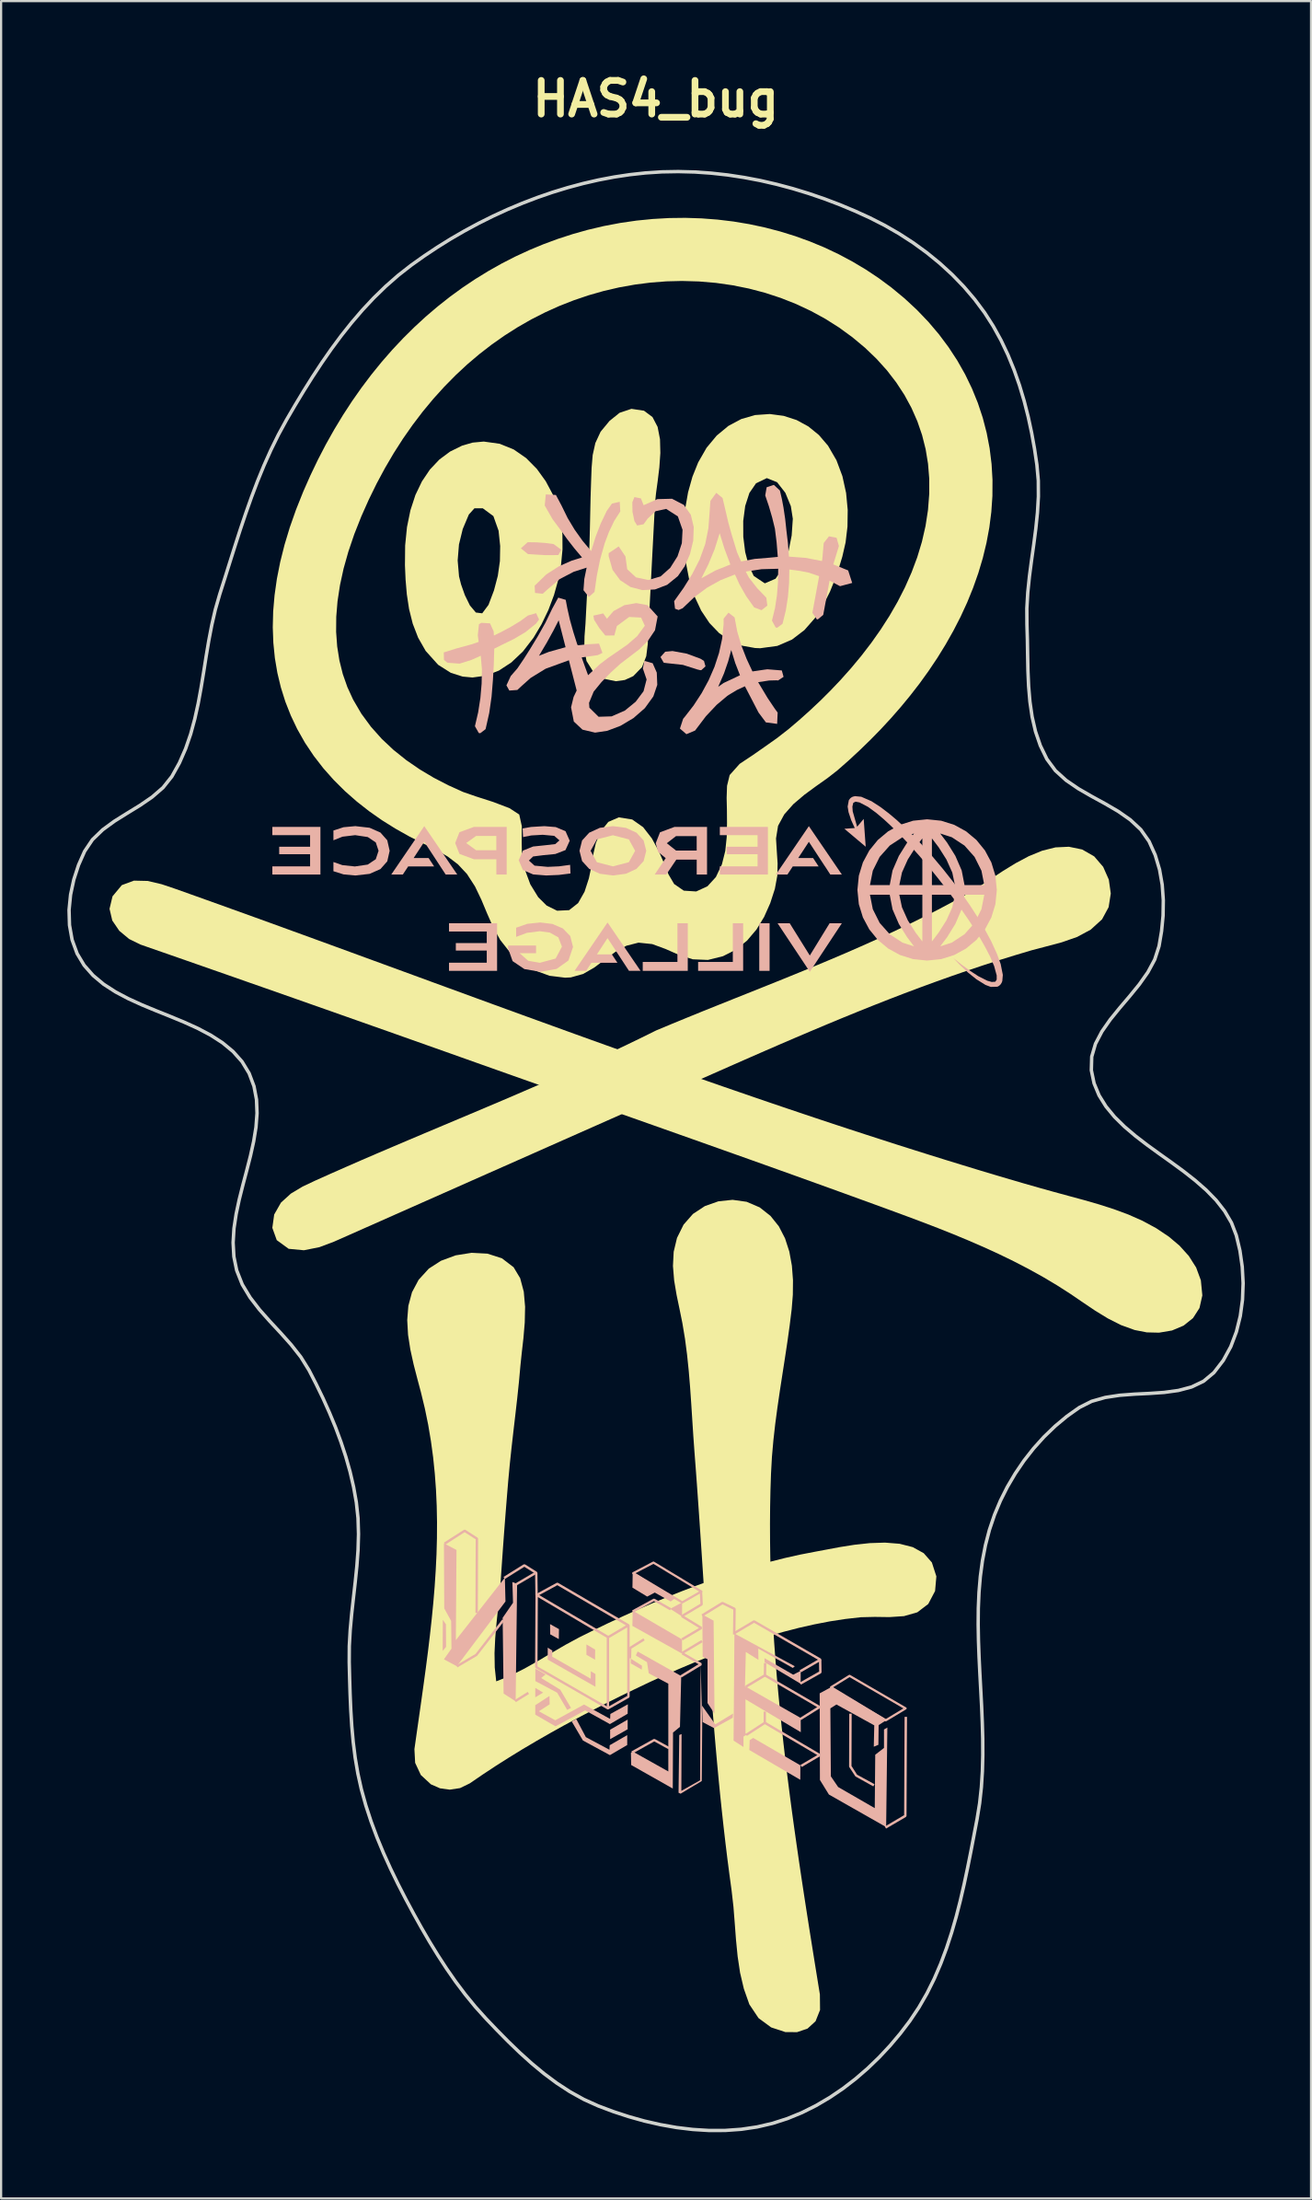
<source format=kicad_pcb>
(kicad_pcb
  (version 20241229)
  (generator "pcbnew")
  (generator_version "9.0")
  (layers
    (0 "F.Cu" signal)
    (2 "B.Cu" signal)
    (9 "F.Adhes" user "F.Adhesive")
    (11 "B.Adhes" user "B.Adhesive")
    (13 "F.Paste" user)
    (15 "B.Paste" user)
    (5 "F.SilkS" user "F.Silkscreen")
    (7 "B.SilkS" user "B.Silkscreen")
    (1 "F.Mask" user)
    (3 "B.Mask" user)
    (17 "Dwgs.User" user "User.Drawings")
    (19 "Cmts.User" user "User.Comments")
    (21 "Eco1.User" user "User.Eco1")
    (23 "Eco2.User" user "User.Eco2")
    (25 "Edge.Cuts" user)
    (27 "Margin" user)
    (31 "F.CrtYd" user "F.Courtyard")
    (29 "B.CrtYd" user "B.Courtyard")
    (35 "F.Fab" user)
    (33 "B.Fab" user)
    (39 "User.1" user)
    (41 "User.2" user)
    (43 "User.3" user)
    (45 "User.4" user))
  (footprint "HAS4_bug"
    (layer "F.Cu")
    (at 26.657 49.138)
    (property "Reference" "HAS4_bug" (at 0 -47.712 0) (layer "F.SilkS") (effects (font (size 1.524 1.524) (thickness 0.305))))
    (attr exclude_from_pos_files exclude_from_bom)
    (fp_poly (pts (xy -1.812 -21.342) (xy -2.362 -21.457) (xy -2.834 -21.776) (xy -3.137 -22.258) (xy -3.239 -22.802) (xy -3.227 -23.374) (xy -3.184 -23.941) (xy -3.147 -24.658) (xy -3.109 -25.376) (xy -3.072 -26.093) (xy -3.034 -26.811) (xy -3.004 -27.521) (xy -2.984 -28.232) (xy -2.969 -28.943) (xy -2.953 -29.654) (xy -2.93 -30.365) (xy -2.907 -30.995) (xy -2.858 -31.58) (xy -2.737 -32.127) (xy -2.498 -32.641) (xy -2.094 -33.13) (xy -1.639 -33.496) (xy -1.103 -33.676) (xy -0.533 -33.591) (xy -0.148 -33.304) (xy 0.084 -32.859) (xy 0.192 -32.301) (xy 0.208 -31.676) (xy 0.163 -31.028) (xy 0.087 -30.403) (xy 0.011 -29.845) (xy -0.034 -29.399) (xy -0.074 -28.642) (xy -0.113 -27.885) (xy -0.153 -27.129) (xy -0.192 -26.372) (xy -0.228 -25.675) (xy -0.265 -24.978) (xy -0.302 -24.281) (xy -0.338 -23.585) (xy -0.362 -23.023) (xy -0.43 -22.476) (xy -0.622 -21.981) (xy -1.018 -21.574) (xy -1.401 -21.398) (xy -1.812 -21.343) (xy -1.812 -21.342)) (stroke (width 0) (type solid)) (fill yes) (layer "F.SilkS"))
    (fp_poly (pts (xy 4.731 -22.836) (xy 4.499 -22.846) (xy 3.906 -22.952) (xy 3.36 -23.18) (xy 2.868 -23.524) (xy 2.432 -23.978) (xy 2.059 -24.537) (xy 1.751 -25.194) (xy 1.514 -25.945) (xy 1.352 -26.784) (xy 1.276 -27.585) (xy 1.271 -28.379) (xy 1.334 -29.154) (xy 1.464 -29.898) (xy 1.661 -30.601) (xy 1.922 -31.251) (xy 2.302 -31.913) (xy 2.761 -32.465) (xy 3.288 -32.901) (xy 3.872 -33.213) (xy 4.502 -33.395) (xy 5.167 -33.441) (xy 5.793 -33.358) (xy 6.378 -33.17) (xy 6.913 -32.879) (xy 7.391 -32.49) (xy 7.803 -32.008) (xy 8.186 -31.348) (xy 8.456 -30.626) (xy 8.623 -29.866) (xy 8.696 -29.096) (xy 8.685 -28.342) (xy 8.6 -27.629) (xy 8.452 -26.984) (xy 8.317 -26.539) (xy 8.134 -25.997) (xy 7.893 -25.398) (xy 7.584 -24.782) (xy 7.2 -24.188) (xy 6.732 -23.656) (xy 6.17 -23.227) (xy 5.506 -22.941) (xy 4.941 -22.865) (xy 4.941 -25.774) (xy 5.426 -25.983) (xy 5.769 -26.485) (xy 6.01 -27.202) (xy 6.157 -27.943) (xy 6.209 -28.697) (xy 6.12 -29.268) (xy 5.87 -29.875) (xy 5.495 -30.354) (xy 5.029 -30.54) (xy 5.029 -30.539) (xy 4.542 -30.303) (xy 4.242 -29.866) (xy 4.052 -29.279) (xy 3.962 -28.598) (xy 3.965 -27.883) (xy 4.052 -27.19) (xy 4.213 -26.58) (xy 4.44 -26.109) (xy 4.941 -25.774) (xy 4.941 -22.865) (xy 4.731 -22.836)) (stroke (width 0) (type solid)) (fill yes) (layer "F.SilkS"))
    (fp_poly (pts (xy -8.314 -21.512) (xy -8.749 -21.553) (xy -9.283 -21.722) (xy -9.86 -22.087) (xy -10.423 -22.714) (xy -10.765 -23.313) (xy -11.01 -23.949) (xy -11.175 -24.608) (xy -11.277 -25.278) (xy -11.334 -25.945) (xy -11.362 -26.595) (xy -11.353 -27.489) (xy -11.27 -28.32) (xy -11.114 -29.083) (xy -10.888 -29.775) (xy -10.593 -30.39) (xy -10.232 -30.926) (xy -9.806 -31.378) (xy -9.318 -31.741) (xy -8.769 -32.011) (xy -8.296 -32.147) (xy -7.804 -32.193) (xy -7.783 -32.193) (xy -7.071 -32.094) (xy -6.432 -31.835) (xy -5.87 -31.445) (xy -5.386 -30.955) (xy -4.984 -30.398) (xy -4.667 -29.804) (xy -4.438 -29.204) (xy -4.3 -28.63) (xy -4.228 -27.979) (xy -4.225 -27.305) (xy -4.29 -26.618) (xy -4.419 -25.927) (xy -4.611 -25.241) (xy -4.863 -24.57) (xy -5.174 -23.923) (xy -5.54 -23.309) (xy -6.019 -22.688) (xy -6.547 -22.189) (xy -7.11 -21.822) (xy -7.697 -21.594) (xy -7.862 -21.571) (xy -7.862 -24.417) (xy -7.577 -24.8) (xy -7.329 -25.455) (xy -7.155 -26.115) (xy -7.06 -26.783) (xy -7.048 -27.463) (xy -7.121 -28.158) (xy -7.356 -28.819) (xy -7.834 -29.171) (xy -8.213 -29.173) (xy -8.467 -28.891) (xy -8.744 -28.234) (xy -8.915 -27.534) (xy -8.974 -26.811) (xy -8.912 -26.09) (xy -8.82 -25.726) (xy -8.648 -25.241) (xy -8.418 -24.772) (xy -8.149 -24.453) (xy -7.862 -24.417) (xy -7.862 -21.571) (xy -8.295 -21.512) (xy -8.314 -21.512)) (stroke (width 0) (type solid)) (fill yes) (layer "F.SilkS"))
    (fp_poly (pts (xy 5.868 39.823) (xy 5.226 39.612) (xy 4.655 39.191) (xy 4.24 38.57) (xy 3.991 37.864) (xy 3.82 37.138) (xy 3.709 36.396) (xy 3.635 35.646) (xy 3.578 34.893) (xy 3.519 34.144) (xy 3.435 33.406) (xy 3.337 32.684) (xy 3.243 31.962) (xy 3.155 31.239) (xy 3.071 30.515) (xy 2.992 29.791) (xy 2.916 29.067) (xy 2.845 28.342) (xy 2.777 27.617) (xy 2.712 26.892) (xy 2.65 26.166) (xy 2.591 25.44) (xy 2.534 24.714) (xy 2.477 23.969) (xy 2.423 23.223) (xy 2.37 22.478) (xy 2.318 21.732) (xy 2.268 20.987) (xy 2.218 20.241) (xy 2.168 19.495) (xy 2.119 18.749) (xy 2.07 18.004) (xy 2.02 17.258) (xy 1.969 16.512) (xy 1.917 15.767) (xy 1.864 15.021) (xy 1.809 14.276) (xy 1.752 13.53) (xy 1.7 12.809) (xy 1.653 12.081) (xy 1.606 11.349) (xy 1.555 10.616) (xy 1.494 9.885) (xy 1.419 9.157) (xy 1.325 8.435) (xy 1.206 7.721) (xy 1.078 7.09) (xy 0.943 6.443) (xy 0.833 5.79) (xy 0.779 5.136) (xy 0.812 4.492) (xy 0.962 3.865) (xy 1.261 3.262) (xy 1.686 2.778) (xy 2.224 2.424) (xy 2.835 2.208) (xy 3.48 2.14) (xy 4.118 2.229) (xy 4.71 2.483) (xy 5.197 2.867) (xy 5.576 3.34) (xy 5.857 3.885) (xy 6.051 4.485) (xy 6.167 5.122) (xy 6.217 5.78) (xy 6.21 6.442) (xy 6.158 7.089) (xy 6.065 7.84) (xy 5.961 8.585) (xy 5.849 9.326) (xy 5.734 10.066) (xy 5.62 10.804) (xy 5.512 11.544) (xy 5.413 12.285) (xy 5.329 13.031) (xy 5.263 13.782) (xy 5.221 14.54) (xy 5.196 15.297) (xy 5.181 16.055) (xy 5.175 16.814) (xy 5.178 17.575) (xy 5.189 18.337) (xy 5.209 19.1) (xy 5.236 19.864) (xy 5.271 20.629) (xy 5.314 21.394) (xy 5.363 22.16) (xy 5.419 22.927) (xy 5.481 23.693) (xy 5.55 24.46) (xy 5.624 25.227) (xy 5.703 25.993) (xy 5.787 26.76) (xy 5.876 27.525) (xy 5.97 28.291) (xy 6.067 29.055) (xy 6.168 29.819) (xy 6.273 30.581) (xy 6.381 31.343) (xy 6.491 32.103) (xy 6.604 32.862) (xy 6.719 33.619) (xy 6.836 34.375) (xy 6.954 35.129) (xy 7.074 35.881) (xy 7.194 36.631) (xy 7.315 37.378) (xy 7.436 38.124) (xy 7.443 38.822) (xy 7.239 39.334) (xy 6.875 39.667) (xy 6.401 39.828) (xy 5.868 39.824) (xy 5.868 39.823)) (stroke (width 0) (type solid)) (fill yes) (layer "F.SilkS"))
    (fp_poly (pts (xy -15.936 4.424) (xy -16.63 4.358) (xy -17.17 3.965) (xy -17.37 3.409) (xy -17.286 2.805) (xy -16.979 2.266) (xy -16.529 1.857) (xy -16.001 1.541) (xy -15.441 1.276) (xy -14.744 0.964) (xy -14.043 0.655) (xy -13.34 0.348) (xy -12.635 0.044) (xy -11.929 -0.257) (xy -11.221 -0.558) (xy -10.513 -0.857) (xy -9.803 -1.156) (xy -9.094 -1.454) (xy -8.384 -1.753) (xy -7.674 -2.053) (xy -6.965 -2.353) (xy -6.258 -2.656) (xy -5.551 -2.961) (xy -4.846 -3.268) (xy -4.143 -3.578) (xy -3.442 -3.892) (xy -2.743 -4.21) (xy -2.048 -4.532) (xy -1.355 -4.859) (xy -0.667 -5.192) (xy 0.018 -5.53) (xy 0.73 -5.827) (xy 1.444 -6.12) (xy 2.159 -6.411) (xy 2.875 -6.698) (xy 3.592 -6.985) (xy 4.31 -7.271) (xy 5.027 -7.558) (xy 5.743 -7.846) (xy 6.459 -8.137) (xy 7.173 -8.43) (xy 7.885 -8.728) (xy 8.595 -9.03) (xy 9.302 -9.339) (xy 10.006 -9.654) (xy 10.707 -9.976) (xy 11.404 -10.307) (xy 12.096 -10.648) (xy 12.784 -10.998) (xy 13.466 -11.36) (xy 14.143 -11.733) (xy 14.643 -12.037) (xy 15.174 -12.386) (xy 15.73 -12.751) (xy 16.307 -13.105) (xy 16.899 -13.42) (xy 17.502 -13.667) (xy 18.109 -13.819) (xy 18.716 -13.847) (xy 19.318 -13.723) (xy 19.861 -13.412) (xy 20.269 -12.937) (xy 20.525 -12.358) (xy 20.613 -11.73) (xy 20.516 -11.112) (xy 20.218 -10.561) (xy 19.701 -10.091) (xy 19.076 -9.758) (xy 18.389 -9.519) (xy 17.685 -9.332) (xy 17.012 -9.155) (xy 16.285 -8.938) (xy 15.561 -8.714) (xy 14.839 -8.481) (xy 14.12 -8.24) (xy 13.403 -7.992) (xy 12.688 -7.737) (xy 11.975 -7.476) (xy 11.264 -7.209) (xy 10.555 -6.936) (xy 9.848 -6.658) (xy 9.143 -6.375) (xy 8.439 -6.088) (xy 7.737 -5.797) (xy 7.036 -5.502) (xy 6.337 -5.205) (xy 5.639 -4.905) (xy 4.943 -4.603) (xy 4.247 -4.299) (xy 3.553 -3.994) (xy 2.86 -3.688) (xy 2.167 -3.382) (xy 1.476 -3.076) (xy 0.778 -2.766) (xy 0.08 -2.457) (xy -0.618 -2.148) (xy -1.316 -1.839) (xy -2.014 -1.529) (xy -2.712 -1.22) (xy -3.41 -0.911) (xy -4.108 -0.602) (xy -4.806 -0.293) (xy -5.504 0.017) (xy -6.202 0.326) (xy -6.9 0.635) (xy -7.599 0.944) (xy -8.297 1.253) (xy -8.995 1.563) (xy -9.693 1.872) (xy -10.391 2.181) (xy -11.089 2.49) (xy -11.787 2.799) (xy -12.485 3.109) (xy -13.183 3.418) (xy -13.881 3.727) (xy -14.579 4.036) (xy -15.239 4.284) (xy -15.932 4.422) (xy -15.936 4.424)) (stroke (width 0) (type solid)) (fill yes) (layer "F.SilkS"))
    (fp_poly (pts (xy -9.341 28.846) (xy -9.776 28.786) (xy -10.186 28.606) (xy -10.642 28.185) (xy -10.9 27.633) (xy -10.933 27.014) (xy -10.828 26.273) (xy -10.722 25.534) (xy -10.617 24.796) (xy -10.514 24.059) (xy -10.414 23.324) (xy -10.319 22.59) (xy -10.231 21.856) (xy -10.15 21.124) (xy -10.078 20.392) (xy -10.017 19.66) (xy -9.969 18.928) (xy -9.933 18.197) (xy -9.913 17.465) (xy -9.909 16.733) (xy -9.923 16.001) (xy -9.956 15.268) (xy -10.01 14.535) (xy -10.085 13.8) (xy -10.185 13.064) (xy -10.309 12.328) (xy -10.46 11.589) (xy -10.639 10.85) (xy -10.802 10.239) (xy -10.969 9.594) (xy -11.116 8.928) (xy -11.221 8.255) (xy -11.259 7.587) (xy -11.208 6.94) (xy -11.043 6.326) (xy -10.742 5.76) (xy -10.281 5.255) (xy -9.731 4.9) (xy -9.065 4.654) (xy -8.343 4.539) (xy -7.625 4.577) (xy -6.97 4.787) (xy -6.44 5.192) (xy -6.142 5.689) (xy -5.979 6.299) (xy -5.919 6.982) (xy -5.935 7.698) (xy -5.995 8.406) (xy -6.07 9.066) (xy -6.13 9.638) (xy -6.198 10.384) (xy -6.276 11.129) (xy -6.361 11.874) (xy -6.448 12.617) (xy -6.533 13.362) (xy -6.612 14.106) (xy -6.682 14.852) (xy -6.744 15.6) (xy -6.804 16.348) (xy -6.862 17.096) (xy -6.917 17.844) (xy -6.97 18.593) (xy -7.021 19.341) (xy -7.075 19.978) (xy -7.144 20.638) (xy -7.215 21.312) (xy -7.273 21.99) (xy -7.304 22.661) (xy -7.294 23.315) (xy -7.227 23.943) (xy -6.59 23.687) (xy -5.956 23.37) (xy -5.327 23.015) (xy -4.702 22.645) (xy -4.081 22.283) (xy -3.466 21.951) (xy -2.815 21.627) (xy -2.159 21.31) (xy -1.499 21.002) (xy -0.836 20.703) (xy -0.168 20.412) (xy 0.504 20.132) (xy 1.18 19.862) (xy 1.835 19.612) (xy 2.493 19.371) (xy 3.156 19.141) (xy 3.823 18.923) (xy 4.494 18.719) (xy 5.169 18.531) (xy 5.849 18.359) (xy 6.533 18.206) (xy 7.222 18.073) (xy 7.728 17.978) (xy 8.33 17.865) (xy 8.995 17.76) (xy 9.691 17.684) (xy 10.385 17.661) (xy 11.047 17.714) (xy 11.643 17.866) (xy 12.14 18.14) (xy 12.508 18.559) (xy 12.712 19.19) (xy 12.654 19.853) (xy 12.345 20.44) (xy 11.849 20.818) (xy 11.246 20.99) (xy 10.587 21.034) (xy 9.919 21.025) (xy 9.293 21.04) (xy 8.586 21.12) (xy 7.884 21.228) (xy 7.186 21.363) (xy 6.492 21.519) (xy 5.805 21.696) (xy 5.107 21.893) (xy 4.415 22.107) (xy 3.728 22.337) (xy 3.045 22.582) (xy 2.367 22.84) (xy 1.694 23.11) (xy 1.026 23.393) (xy 0.362 23.685) (xy -0.297 23.987) (xy -0.951 24.298) (xy -1.594 24.61) (xy -2.235 24.93) (xy -2.874 25.256) (xy -3.511 25.59) (xy -4.145 25.932) (xy -4.774 26.282) (xy -5.399 26.64) (xy -6.019 27.006) (xy -6.632 27.382) (xy -7.238 27.766) (xy -7.837 28.161) (xy -8.427 28.564) (xy -8.866 28.777) (xy -9.339 28.848) (xy -9.341 28.846)) (stroke (width 0) (type solid)) (fill yes) (layer "F.SilkS"))
    (fp_poly (pts (xy 22.793 8.155) (xy 22.247 8.142) (xy 21.695 8.035) (xy 21.073 7.81) (xy 20.482 7.511) (xy 19.912 7.163) (xy 19.356 6.789) (xy 18.804 6.412) (xy 18.172 6.007) (xy 17.528 5.624) (xy 16.873 5.262) (xy 16.208 4.918) (xy 15.534 4.591) (xy 14.851 4.279) (xy 14.162 3.98) (xy 13.468 3.692) (xy 12.769 3.414) (xy 12.066 3.144) (xy 11.361 2.88) (xy 10.655 2.62) (xy 9.949 2.362) (xy 9.236 2.103) (xy 8.523 1.844) (xy 7.809 1.586) (xy 7.095 1.329) (xy 6.381 1.072) (xy 5.666 0.816) (xy 4.952 0.561) (xy 4.237 0.306) (xy 3.522 0.052) (xy 2.807 -0.202) (xy 2.092 -0.456) (xy 1.377 -0.709) (xy 0.662 -0.962) (xy -0.053 -1.215) (xy -0.768 -1.468) (xy -1.483 -1.72) (xy -2.198 -1.973) (xy -2.913 -2.225) (xy -3.628 -2.477) (xy -4.343 -2.73) (xy -5.058 -2.982) (xy -5.772 -3.234) (xy -6.487 -3.487) (xy -7.201 -3.74) (xy -7.915 -3.993) (xy -8.628 -4.246) (xy -9.328 -4.495) (xy -10.029 -4.743) (xy -10.729 -4.991) (xy -11.429 -5.239) (xy -12.129 -5.487) (xy -12.83 -5.734) (xy -13.53 -5.981) (xy -14.231 -6.228) (xy -14.932 -6.475) (xy -15.632 -6.721) (xy -16.333 -6.968) (xy -17.034 -7.214) (xy -17.735 -7.46) (xy -18.436 -7.705) (xy -19.137 -7.951) (xy -19.839 -8.196) (xy -20.54 -8.441) (xy -21.241 -8.686) (xy -21.943 -8.931) (xy -22.645 -9.175) (xy -23.346 -9.419) (xy -23.857 -9.67) (xy -24.304 -10.042) (xy -24.621 -10.507) (xy -24.745 -11.036) (xy -24.61 -11.603) (xy -24.188 -12.11) (xy -23.638 -12.313) (xy -23.017 -12.299) (xy -22.383 -12.15) (xy -21.793 -11.952) (xy -21.068 -11.694) (xy -20.343 -11.435) (xy -19.618 -11.175) (xy -18.893 -10.914) (xy -18.168 -10.653) (xy -17.443 -10.391) (xy -16.719 -10.128) (xy -15.994 -9.865) (xy -15.27 -9.601) (xy -14.545 -9.337) (xy -13.82 -9.072) (xy -13.096 -8.807) (xy -12.371 -8.542) (xy -11.646 -8.277) (xy -10.922 -8.012) (xy -10.197 -7.746) (xy -9.472 -7.481) (xy -8.747 -7.216) (xy -8.022 -6.951) (xy -7.296 -6.686) (xy -6.571 -6.422) (xy -5.845 -6.158) (xy -5.119 -5.895) (xy -4.393 -5.632) (xy -3.667 -5.369) (xy -2.941 -5.108) (xy -2.214 -4.847) (xy -1.487 -4.587) (xy -0.76 -4.328) (xy -0.032 -4.07) (xy 0.696 -3.812) (xy 1.424 -3.556) (xy 2.153 -3.302) (xy 2.882 -3.048) (xy 3.611 -2.796) (xy 4.341 -2.545) (xy 5.071 -2.295) (xy 5.801 -2.047) (xy 6.532 -1.801) (xy 7.263 -1.556) (xy 7.995 -1.313) (xy 8.727 -1.072) (xy 9.46 -0.833) (xy 10.194 -0.596) (xy 10.927 -0.36) (xy 11.662 -0.127) (xy 12.397 0.104) (xy 13.132 0.333) (xy 13.868 0.559) (xy 14.605 0.784) (xy 15.342 1.005) (xy 16.017 1.205) (xy 16.692 1.402) (xy 17.369 1.595) (xy 18.047 1.784) (xy 18.726 1.969) (xy 19.406 2.153) (xy 20.085 2.349) (xy 20.756 2.564) (xy 21.415 2.808) (xy 22.054 3.091) (xy 22.667 3.422) (xy 23.247 3.81) (xy 23.727 4.215) (xy 24.147 4.68) (xy 24.48 5.204) (xy 24.694 5.783) (xy 24.761 6.468) (xy 24.632 7.039) (xy 24.339 7.495) (xy 23.913 7.835) (xy 23.388 8.056) (xy 22.796 8.156) (xy 22.793 8.155)) (stroke (width 0) (type solid)) (fill yes) (layer "F.SilkS"))
    (fp_poly (pts (xy -4.1 -7.917) (xy -4.47 -7.963) (xy -4.47 -10.951) (xy -3.925 -10.976) (xy -3.517 -11.297) (xy -3.226 -11.811) (xy -3.029 -12.418) (xy -2.904 -13.016) (xy -2.83 -13.504) (xy -2.716 -14.008) (xy -2.493 -14.54) (xy -2.15 -14.972) (xy -1.676 -15.178) (xy -1.067 -15.082) (xy -0.572 -14.734) (xy -0.177 -14.226) (xy 0.134 -13.652) (xy 0.375 -13.102) (xy 0.572 -12.605) (xy 0.833 -12.16) (xy 1.27 -11.859) (xy 1.833 -11.823) (xy 2.341 -12.057) (xy 2.724 -12.475) (xy 2.997 -13.051) (xy 3.149 -13.657) (xy 3.214 -14.283) (xy 3.228 -14.917) (xy 3.223 -15.549) (xy 3.211 -16.059) (xy 3.229 -16.605) (xy 3.348 -17.094) (xy 3.802 -17.602) (xy 4.378 -17.984) (xy 4.933 -18.371) (xy 5.485 -18.761) (xy 6.018 -19.175) (xy 6.509 -19.593) (xy 6.989 -20.023) (xy 7.459 -20.465) (xy 7.916 -20.92) (xy 8.36 -21.387) (xy 8.845 -21.93) (xy 9.314 -22.494) (xy 9.763 -23.078) (xy 10.189 -23.682) (xy 10.588 -24.303) (xy 10.957 -24.943) (xy 11.292 -25.599) (xy 11.589 -26.271) (xy 11.846 -26.957) (xy 12.058 -27.658) (xy 12.221 -28.371) (xy 12.333 -29.097) (xy 12.39 -29.834) (xy 12.389 -30.521) (xy 12.334 -31.193) (xy 12.226 -31.85) (xy 12.064 -32.491) (xy 11.85 -33.114) (xy 11.583 -33.72) (xy 11.264 -34.306) (xy 10.894 -34.872) (xy 10.474 -35.417) (xy 10.002 -35.94) (xy 9.481 -36.44) (xy 8.91 -36.916) (xy 8.312 -37.352) (xy 7.687 -37.748) (xy 7.036 -38.104) (xy 6.362 -38.42) (xy 5.668 -38.695) (xy 4.954 -38.929) (xy 4.224 -39.121) (xy 3.48 -39.271) (xy 2.724 -39.379) (xy 1.957 -39.444) (xy 1.183 -39.466) (xy 1.185 -39.466) (xy 0.477 -39.448) (xy -0.233 -39.393) (xy -0.945 -39.302) (xy -1.657 -39.175) (xy -2.367 -39.01) (xy -3.048 -38.816) (xy -3.717 -38.589) (xy -4.372 -38.332) (xy -5.014 -38.043) (xy -5.641 -37.724) (xy -6.253 -37.374) (xy -6.849 -36.995) (xy -7.43 -36.587) (xy -7.995 -36.15) (xy -8.543 -35.685) (xy -9.073 -35.191) (xy -9.586 -34.67) (xy -10.081 -34.123) (xy -10.558 -33.548) (xy -11.015 -32.947) (xy -11.453 -32.321) (xy -11.871 -31.669) (xy -12.268 -30.992) (xy -12.645 -30.291) (xy -13 -29.565) (xy -13.334 -28.816) (xy -13.656 -28.004) (xy -13.925 -27.212) (xy -14.142 -26.441) (xy -14.305 -25.693) (xy -14.416 -24.966) (xy -14.474 -24.261) (xy -14.48 -23.579) (xy -14.432 -22.919) (xy -14.331 -22.282) (xy -14.178 -21.668) (xy -13.971 -21.078) (xy -13.711 -20.512) (xy -13.337 -19.872) (xy -12.901 -19.279) (xy -12.412 -18.731) (xy -11.876 -18.228) (xy -11.3 -17.768) (xy -10.69 -17.349) (xy -10.054 -16.97) (xy -9.398 -16.631) (xy -8.729 -16.328) (xy -8.144 -16.126) (xy -7.361 -15.874) (xy -6.626 -15.594) (xy -6.184 -15.306) (xy -6.068 -14.78) (xy -6.074 -14.038) (xy -6.062 -13.442) (xy -5.916 -12.777) (xy -5.682 -12.144) (xy -5.325 -11.564) (xy -4.944 -11.185) (xy -4.47 -10.951) (xy -4.47 -7.963) (xy -4.813 -8.005) (xy -5.482 -8.249) (xy -6.092 -8.623) (xy -6.63 -9.099) (xy -7.045 -9.626) (xy -7.368 -10.21) (xy -7.64 -10.826) (xy -7.9 -11.448) (xy -8.189 -12.051) (xy -8.552 -12.613) (xy -8.962 -13.051) (xy -9.425 -13.404) (xy -9.948 -13.708) (xy -10.538 -13.999) (xy -11.175 -14.319) (xy -11.797 -14.669) (xy -12.402 -15.048) (xy -12.987 -15.458) (xy -13.548 -15.898) (xy -14.082 -16.368) (xy -14.586 -16.869) (xy -15.058 -17.4) (xy -15.493 -17.962) (xy -15.89 -18.555) (xy -16.244 -19.18) (xy -16.534 -19.791) (xy -16.781 -20.417) (xy -16.983 -21.06) (xy -17.141 -21.718) (xy -17.255 -22.391) (xy -17.324 -23.08) (xy -17.35 -23.784) (xy -17.332 -24.502) (xy -17.269 -25.235) (xy -17.163 -25.983) (xy -17.012 -26.745) (xy -16.817 -27.521) (xy -16.578 -28.312) (xy -16.295 -29.115) (xy -15.968 -29.933) (xy -15.645 -30.663) (xy -15.304 -31.374) (xy -14.945 -32.065) (xy -14.567 -32.737) (xy -14.172 -33.389) (xy -13.76 -34.021) (xy -13.331 -34.632) (xy -12.886 -35.222) (xy -12.424 -35.791) (xy -11.946 -36.339) (xy -11.452 -36.865) (xy -10.943 -37.369) (xy -10.42 -37.851) (xy -9.881 -38.31) (xy -9.329 -38.746) (xy -8.762 -39.159) (xy -8.181 -39.548) (xy -7.587 -39.913) (xy -6.981 -40.255) (xy -6.361 -40.572) (xy -5.729 -40.864) (xy -5.085 -41.131) (xy -4.429 -41.373) (xy -3.762 -41.589) (xy -3.084 -41.78) (xy -2.348 -41.953) (xy -1.61 -42.093) (xy -0.87 -42.2) (xy -0.131 -42.273) (xy 0.607 -42.315) (xy 1.343 -42.324) (xy 2.075 -42.3) (xy 2.801 -42.245) (xy 3.522 -42.158) (xy 4.235 -42.039) (xy 4.939 -41.889) (xy 5.633 -41.708) (xy 6.315 -41.497) (xy 6.986 -41.254) (xy 7.642 -40.982) (xy 8.283 -40.679) (xy 8.908 -40.346) (xy 9.515 -39.984) (xy 10.104 -39.592) (xy 10.673 -39.171) (xy 11.271 -38.677) (xy 11.83 -38.158) (xy 12.349 -37.616) (xy 12.827 -37.053) (xy 13.264 -36.468) (xy 13.66 -35.864) (xy 14.013 -35.241) (xy 14.323 -34.601) (xy 14.59 -33.945) (xy 14.813 -33.273) (xy 14.991 -32.588) (xy 15.125 -31.889) (xy 15.213 -31.178) (xy 15.255 -30.457) (xy 15.251 -29.725) (xy 15.202 -29.012) (xy 15.112 -28.305) (xy 14.982 -27.607) (xy 14.815 -26.917) (xy 14.612 -26.237) (xy 14.375 -25.567) (xy 14.107 -24.908) (xy 13.809 -24.261) (xy 13.483 -23.627) (xy 13.132 -23.007) (xy 12.758 -22.4) (xy 12.361 -21.809) (xy 11.946 -21.233) (xy 11.531 -20.698) (xy 11.101 -20.176) (xy 10.655 -19.666) (xy 10.195 -19.169) (xy 9.721 -18.685) (xy 9.235 -18.213) (xy 8.738 -17.753) (xy 8.23 -17.306) (xy 7.783 -16.958) (xy 7.267 -16.593) (xy 6.734 -16.202) (xy 6.235 -15.778) (xy 5.821 -15.311) (xy 5.541 -14.795) (xy 5.448 -14.222) (xy 5.484 -13.637) (xy 5.52 -13.095) (xy 5.508 -12.547) (xy 5.397 -11.944) (xy 5.187 -11.294) (xy 4.911 -10.674) (xy 4.564 -10.102) (xy 4.14 -9.601) (xy 3.636 -9.19) (xy 3.045 -8.891) (xy 2.363 -8.722) (xy 1.676 -8.751) (xy 1.043 -8.954) (xy 0.44 -9.22) (xy -0.16 -9.44) (xy -0.782 -9.505) (xy -1.331 -9.365) (xy -1.832 -9.085) (xy -2.31 -8.732) (xy -2.788 -8.376) (xy -3.293 -8.086) (xy -3.849 -7.931) (xy -4.1 -7.919) (xy -4.1 -7.917)) (stroke (width 0) (type solid)) (fill yes) (layer "F.SilkS"))
    (fp_poly (pts (xy 2.629 21.188) (xy 3.507 20.682) (xy 2.629 21.188)) (stroke (width 0) (type solid)) (fill yes) (layer "B.SilkS"))
    (fp_poly (pts (xy 7.436 27.866) (xy 6.582 28.353) (xy 7.436 27.866)) (stroke (width 0) (type solid)) (fill yes) (layer "B.SilkS"))
    (fp_poly (pts (xy -5.458 24.667) (xy -5.101 24.453) (xy -5.458 24.239) (xy -5.458 24.667)) (stroke (width 0) (type solid)) (fill yes) (layer "B.SilkS"))
    (fp_poly (pts (xy -1.018 19.045) (xy -0.104 18.567) (xy 2.063 19.875) (xy 1.201 20.368)) (stroke (width 0.1) (type solid)) (fill no) (layer "B.SilkS"))
    (fp_poly (pts (xy 0.654 20.66) (xy 1.19 21.003) (xy 1.195 20.369) (xy 0.654 20.66)) (stroke (width 0) (type solid)) (fill yes) (layer "B.SilkS"))
    (fp_poly (pts (xy 7.943 24.211) (xy 8.778 23.695) (xy 11.317 25.167) (xy 10.418 25.708)) (stroke (width 0.1) (type solid)) (fill no) (layer "B.SilkS"))
    (fp_poly (pts (xy -9.506 21.361) (xy -9.499 22.381) (xy -9.653 22.565) (xy -9.646 21.155) (xy -9.506 21.361)) (stroke (width 0) (type solid)) (fill yes) (layer "B.SilkS"))
    (fp_poly (pts (xy -5.799 24.42) (xy -5.741 24.514) (xy -6.337 24.884) (xy -6.395 24.791) (xy -5.799 24.42)) (stroke (width 0) (type solid)) (fill yes) (layer "B.SilkS"))
    (fp_poly (pts (xy -5.442 18.972) (xy -5.387 19.065) (xy -6.31 19.606) (xy -6.365 19.513) (xy -5.442 18.972)) (stroke (width 0) (type solid)) (fill yes) (layer "B.SilkS"))
    (fp_poly (pts (xy -4.384 21.579) (xy -4.392 22.031) (xy -4.783 21.814) (xy -4.788 21.352) (xy -4.384 21.579)) (stroke (width 0) (type solid)) (fill yes) (layer "B.SilkS"))
    (fp_poly (pts (xy -2.745 22.506) (xy -2.75 22.964) (xy -3.141 22.742) (xy -3.141 22.271) (xy -2.745 22.506)) (stroke (width 0) (type solid)) (fill yes) (layer "B.SilkS"))
    (fp_poly (pts (xy -1.273 25.675) (xy -1.273 26.113) (xy -2.067 26.561) (xy -2.067 26.133) (xy -1.273 25.675)) (stroke (width 0) (type solid)) (fill yes) (layer "B.SilkS"))
    (fp_poly (pts (xy -0.624 23.236) (xy -0.636 23.413) (xy -1.132 23.13) (xy -1.132 22.917) (xy -0.624 23.236)) (stroke (width 0) (type solid)) (fill yes) (layer "B.SilkS"))
    (fp_poly (pts (xy 1.19 22.043) (xy 1.19 22.687) (xy -1.058 21.432) (xy -1.045 20.741) (xy 1.19 22.043)) (stroke (width 0) (type solid)) (fill yes) (layer "B.SilkS"))
    (fp_poly (pts (xy 2.068 22.075) (xy 2.126 22.168) (xy 1.217 22.709) (xy 1.162 22.616) (xy 2.068 22.075)) (stroke (width 0) (type solid)) (fill yes) (layer "B.SilkS"))
    (fp_poly (pts (xy 5.157 -10.384) (xy 5.157 -8.228) (xy 4.689 -8.228) (xy 4.689 -10.384) (xy 5.157 -10.384)) (stroke (width 0) (type solid)) (fill yes) (layer "B.SilkS"))
    (fp_poly (pts (xy 4.24 27.053) (xy 6.547 28.401) (xy 6.551 27.745) (xy 4.415 26.506) (xy 4.255 26.605) (xy 4.24 27.053)) (stroke (width 0) (type solid)) (fill yes) (layer "B.SilkS"))
    (fp_poly (pts (xy 6.565 23.468) (xy 6.565 24.052) (xy 4.934 23.078) (xy 4.924 22.893) (xy 6.226 23.642) (xy 6.565 23.468)) (stroke (width 0) (type solid)) (fill yes) (layer "B.SilkS"))
    (fp_poly (pts (xy -6.281 19.53) (xy -6.347 24.847) (xy -6.893 24.496) (xy -6.936 21.067) (xy -6.466 20.384) (xy -6.495 19.445) (xy -6.281 19.53)) (stroke (width 0) (type solid)) (fill yes) (layer "B.SilkS"))
    (fp_poly (pts (xy -0.59 -8.631) (xy 0.982 -8.631) (xy 0.982 -10.384) (xy 1.45 -10.384) (xy 1.45 -8.228) (xy -0.59 -8.228) (xy -0.59 -8.631)) (stroke (width 0) (type solid)) (fill yes) (layer "B.SilkS"))
    (fp_poly (pts (xy 1.919 -8.631) (xy 3.491 -8.631) (xy 3.491 -10.384) (xy 3.959 -10.384) (xy 3.959 -8.228) (xy 1.919 -8.228) (xy 1.919 -8.631)) (stroke (width 0) (type solid)) (fill yes) (layer "B.SilkS"))
    (fp_poly (pts (xy 2.096 25.042) (xy 2.123 25.787) (xy 2.641 26.061) (xy 3.488 25.592) (xy 3.502 25.402) (xy 2.696 25.891) (xy 2.096 25.042)) (stroke (width 0) (type solid)) (fill yes) (layer "B.SilkS"))
    (fp_poly (pts (xy 2.662 25.406) (xy 2.62 21.195) (xy 2.111 20.919) (xy 2.125 22.833) (xy 2.345 22.943) (xy 2.345 24.925) (xy 2.662 25.406)) (stroke (width 0) (type solid)) (fill yes) (layer "B.SilkS"))
    (fp_poly (pts (xy 5.518 -10.384) (xy 6.068 -10.384) (xy 6.979 -8.923) (xy 7.876 -10.384) (xy 8.431 -10.384) (xy 6.979 -8.185) (xy 5.518 -10.384)) (stroke (width 0) (type solid)) (fill yes) (layer "B.SilkS"))
    (fp_poly (pts (xy 12.127 -12.06) (xy 10.972 -12.06) (xy 11.106 -12.698) (xy 11.375 -13.297) (xy 11.732 -13.856) (xy 12.127 -14.375) (xy 12.127 -12.06)) (stroke (width 0.1) (type solid)) (fill no) (layer "B.SilkS"))
    (fp_poly (pts (xy 12.127 -11.724) (xy 12.127 -9.41) (xy 11.732 -9.93) (xy 11.375 -10.491) (xy 11.106 -11.09) (xy 10.972 -11.724) (xy 12.127 -11.724)) (stroke (width 0.1) (type solid)) (fill no) (layer "B.SilkS"))
    (fp_poly (pts (xy 12.46 -12.06) (xy 12.46 -14.375) (xy 12.855 -13.855) (xy 13.212 -13.293) (xy 13.481 -12.694) (xy 13.615 -12.06) (xy 12.46 -12.06)) (stroke (width 0.1) (type solid)) (fill no) (layer "B.SilkS"))
    (fp_poly (pts (xy 12.46 -11.724) (xy 13.615 -11.724) (xy 13.481 -11.09) (xy 13.212 -10.491) (xy 12.855 -9.93) (xy 12.46 -9.41) (xy 12.46 -11.724)) (stroke (width 0.1) (type solid)) (fill no) (layer "B.SilkS"))
    (fp_poly (pts (xy -6.955 21.144) (xy -6.87 21.213) (xy -8.087 22.778) (xy -8.103 22.792) (xy -8.984 23.311) (xy -9.039 23.217) (xy -8.166 22.704) (xy -6.955 21.144)) (stroke (width 0) (type solid)) (fill yes) (layer "B.SilkS"))
    (fp_poly (pts (xy -0.56 21.995) (xy -0.502 22.089) (xy -1.103 22.462) (xy -1.114 22.904) (xy -1.221 22.902) (xy -1.21 22.432) (xy -1.186 22.385) (xy -0.56 21.995)) (stroke (width 0) (type solid)) (fill yes) (layer "B.SilkS"))
    (fp_poly (pts (xy -0.104 20.202) (xy -0.052 20.205) (xy 0.701 20.633) (xy 0.646 20.727) (xy -0.079 20.312) (xy -1.018 20.826) (xy -1.07 20.73) (xy -0.104 20.202)) (stroke (width 0) (type solid)) (fill yes) (layer "B.SilkS"))
    (fp_poly (pts (xy -0.043 26.554) (xy 0.624 26.919) (xy 0.572 27.015) (xy -0.068 26.664) (xy -1.054 27.213) (xy -1.106 27.117) (xy -0.095 26.554) (xy -0.043 26.554)) (stroke (width 0) (type solid)) (fill yes) (layer "B.SilkS"))
    (fp_poly (pts (xy 0.867 20.186) (xy 0.675 20.328) (xy -0.044 19.923) (xy -0.388 20.105) (xy -1.056 19.7) (xy -1.045 19.032) (xy -0.853 19.093) (xy 0.867 20.186)) (stroke (width 0) (type solid)) (fill yes) (layer "B.SilkS"))
    (fp_poly (pts (xy 1.228 22.627) (xy 2.077 23.121) (xy 2.077 23.215) (xy 1.162 23.769) (xy 1.105 23.676) (xy 1.939 23.168) (xy 1.173 22.72) (xy 1.228 22.627)) (stroke (width 0) (type solid)) (fill yes) (layer "B.SilkS"))
    (fp_poly (pts (xy 4.9 23.113) (xy 5.009 23.116) (xy 5.001 23.671) (xy 4.974 23.717) (xy 4.109 24.234) (xy 4.054 24.14) (xy 4.894 23.638) (xy 4.9 23.113)) (stroke (width 0) (type solid)) (fill yes) (layer "B.SilkS"))
    (fp_poly (pts (xy 4.968 23.624) (xy 7.445 25.06) (xy 7.448 25.153) (xy 6.572 25.7) (xy 6.514 25.609) (xy 7.313 25.109) (xy 4.913 23.717) (xy 4.968 23.624)) (stroke (width 0) (type solid)) (fill yes) (layer "B.SilkS"))
    (fp_poly (pts (xy 4.968 25.774) (xy 7.453 27.235) (xy 7.453 27.328) (xy 6.61 27.823) (xy 6.555 27.729) (xy 7.319 27.282) (xy 4.911 25.867) (xy 4.968 25.774)) (stroke (width 0) (type solid)) (fill yes) (layer "B.SilkS"))
    (fp_poly (pts (xy 4.993 25.313) (xy 4.993 25.821) (xy 4.968 25.867) (xy 4.128 26.414) (xy 4.068 26.323) (xy 4.886 25.793) (xy 4.886 25.313) (xy 4.993 25.313)) (stroke (width 0) (type solid)) (fill yes) (layer "B.SilkS"))
    (fp_poly (pts (xy 7.503 22.946) (xy 7.511 23.533) (xy 7.484 23.58) (xy 6.575 24.091) (xy 6.523 23.995) (xy 7.401 23.5) (xy 7.393 22.946) (xy 7.503 22.946)) (stroke (width 0) (type solid)) (fill yes) (layer "B.SilkS"))
    (fp_poly (pts (xy 11.383 25.552) (xy 11.361 30.036) (xy 11.334 30.083) (xy 10.433 30.61) (xy 10.378 30.516) (xy 11.251 30.003) (xy 11.273 25.552) (xy 11.383 25.552)) (stroke (width 0) (type solid)) (fill yes) (layer "B.SilkS"))
    (fp_poly (pts (xy -3.839 25.147) (xy -4.327 24.32) (xy -5.192 23.793) (xy -4.992 23.631) (xy -5.455 23.367) (xy -5.455 23.931) (xy -4.465 24.458) (xy -4.014 25.234) (xy -3.839 25.147)) (stroke (width 0) (type solid)) (fill yes) (layer "B.SilkS"))
    (fp_poly (pts (xy -2.732 23.612) (xy -2.732 24.189) (xy -4.894 22.959) (xy -4.894 22.418) (xy -4.685 22.551) (xy -4.69 22.826) (xy -2.945 23.825) (xy -2.941 23.488) (xy -2.732 23.612)) (stroke (width 0) (type solid)) (fill yes) (layer "B.SilkS"))
    (fp_poly (pts (xy -1.293 26.378) (xy -1.293 26.826) (xy -2.077 27.284) (xy -3.299 26.622) (xy -3.808 25.757) (xy -3.604 25.645) (xy -3.167 26.469) (xy -2.098 27.04) (xy -2.087 26.836) (xy -1.293 26.378)) (stroke (width 0) (type solid)) (fill yes) (layer "B.SilkS"))
    (fp_poly (pts (xy -10.039 -12.955) (xy -11.217 -12.955) (xy -11.458 -12.589) (xy -11.982 -12.589) (xy -10.487 -14.78) (xy -8.992 -12.589) (xy -9.517 -12.589) (xy -10.487 -14.071) (xy -10.968 -13.337) (xy -10.291 -13.337) (xy -10.039 -12.955)) (stroke (width 0) (type solid)) (fill yes) (layer "B.SilkS"))
    (fp_poly (pts (xy -8.627 17.08) (xy -8.073 17.437) (xy -8.048 17.481) (xy -8.059 20.848) (xy -8.169 20.848) (xy -8.158 17.511) (xy -8.658 17.19) (xy -9.539 17.756) (xy -9.597 17.662) (xy -8.688 17.08) (xy -8.627 17.08)) (stroke (width 0) (type solid)) (fill yes) (layer "B.SilkS"))
    (fp_poly (pts (xy -6.836 19.246) (xy -6.808 20.327) (xy -9.013 23.258) (xy -9.596 22.945) (xy -9.255 22.461) (xy -9.269 21.209) (xy -9.582 20.64) (xy -9.596 17.695) (xy -9.027 17.994) (xy -9.056 22.077) (xy -6.836 19.246)) (stroke (width 0) (type solid)) (fill yes) (layer "B.SilkS"))
    (fp_poly (pts (xy -5.925 18.645) (xy -5.384 18.986) (xy -5.36 19.032) (xy -5.346 20.043) (xy -5.453 20.046) (xy -5.467 19.063) (xy -5.953 18.755) (xy -6.84 19.31) (xy -6.897 19.216) (xy -5.983 18.645) (xy -5.925 18.645)) (stroke (width 0) (type solid)) (fill yes) (layer "B.SilkS"))
    (fp_poly (pts (xy -1.736 -8.593) (xy -2.914 -8.593) (xy -3.155 -8.228) (xy -3.679 -8.228) (xy -2.184 -10.418) (xy -0.689 -8.228) (xy -1.213 -8.228) (xy -2.184 -9.71) (xy -2.665 -8.975) (xy -1.988 -8.975) (xy -1.736 -8.593)) (stroke (width 0) (type solid)) (fill yes) (layer "B.SilkS"))
    (fp_poly (pts (xy 1.064 26.373) (xy 1.032 28.987) (xy 1.127 29.03) (xy 2.084 28.456) (xy 2.105 25.831) (xy 2.034 23.151) (xy 2.02 25.842) (xy 2.009 28.424) (xy 1.159 28.902) (xy 1.17 26.33) (xy 1.064 26.373)) (stroke (width 0) (type solid)) (fill yes) (layer "B.SilkS"))
    (fp_poly (pts (xy 3.043 20.348) (xy 3.592 20.611) (xy 3.623 20.661) (xy 3.609 21.825) (xy 3.499 21.822) (xy 3.513 20.694) (xy 3.024 20.458) (xy 2.126 21.007) (xy 2.071 20.913) (xy 2.991 20.35) (xy 3.043 20.348)) (stroke (width 0) (type solid)) (fill yes) (layer "B.SilkS"))
    (fp_poly (pts (xy 4.479 21.183) (xy 7.484 22.915) (xy 7.484 23.011) (xy 6.572 23.536) (xy 6.517 23.44) (xy 7.346 22.962) (xy 4.455 21.292) (xy 3.598 21.8) (xy 3.543 21.707) (xy 4.425 21.183) (xy 4.479 21.183)) (stroke (width 0) (type solid)) (fill yes) (layer "B.SilkS"))
    (fp_poly (pts (xy 8.876 25.406) (xy 8.868 27.776) (xy 9.12 28.169) (xy 9.911 28.602) (xy 9.856 28.699) (xy 9.057 28.256) (xy 9.038 28.24) (xy 8.766 27.823) (xy 8.758 27.792) (xy 8.766 25.406) (xy 8.876 25.406)) (stroke (width 0) (type solid)) (fill yes) (layer "B.SilkS"))
    (fp_poly (pts (xy 9.643 -12.06) (xy 9.785 -12.78) (xy 10.102 -13.416) (xy 10.569 -13.94) (xy 11.156 -14.325) (xy 11.836 -14.543) (xy 11.43 -14.006) (xy 11.057 -13.409) (xy 10.775 -12.759) (xy 10.64 -12.06) (xy 9.643 -12.06)) (stroke (width 0.1) (type solid)) (fill no) (layer "B.SilkS"))
    (fp_poly (pts (xy 10.64 -11.724) (xy 10.775 -11.026) (xy 11.057 -10.375) (xy 11.43 -9.778) (xy 11.837 -9.241) (xy 11.156 -9.46) (xy 10.569 -9.845) (xy 10.103 -10.369) (xy 9.785 -11.004) (xy 9.643 -11.724) (xy 10.64 -11.724)) (stroke (width 0.1) (type solid)) (fill no) (layer "B.SilkS"))
    (fp_poly (pts (xy 12.75 -14.543) (xy 13.431 -14.325) (xy 14.018 -13.94) (xy 14.484 -13.416) (xy 14.802 -12.78) (xy 14.944 -12.06) (xy 13.947 -12.06) (xy 13.811 -12.759) (xy 13.529 -13.409) (xy 13.157 -14.006) (xy 12.75 -14.543)) (stroke (width 0.1) (type solid)) (fill no) (layer "B.SilkS"))
    (fp_poly (pts (xy 12.75 -9.241) (xy 13.156 -9.778) (xy 13.526 -10.375) (xy 13.808 -11.026) (xy 13.947 -11.724) (xy 14.944 -11.724) (xy 14.802 -11.004) (xy 14.484 -10.369) (xy 14.018 -9.845) (xy 13.431 -9.46) (xy 12.75 -9.241)) (stroke (width 0.1) (type solid)) (fill no) (layer "B.SilkS"))
    (fp_poly (pts (xy -4.627 -27.552) (xy -4.281 -27.298) (xy -4.409 -27.058) (xy -4.417 -27.054) (xy -5.017 -27.052) (xy -5.788 -27.099) (xy -6.11 -27.359) (xy -5.803 -27.636) (xy -5.409 -27.631) (xy -5.017 -27.604) (xy -4.627 -27.551) (xy -4.627 -27.552)) (stroke (width 0) (type solid)) (fill yes) (layer "B.SilkS"))
    (fp_poly (pts (xy -15.659 -13.509) (xy -17.059 -13.509) (xy -17.059 -13.848) (xy -15.659 -13.848) (xy -15.659 -14.372) (xy -17.369 -14.372) (xy -17.369 -14.746) (xy -15.191 -14.746) (xy -15.191 -12.589) (xy -17.369 -12.589) (xy -17.369 -12.959) (xy -15.659 -12.959) (xy -15.659 -13.509)) (stroke (width 0) (type solid)) (fill yes) (layer "B.SilkS"))
    (fp_poly (pts (xy -9.366 -8.228) (xy -9.366 -8.597) (xy -7.656 -8.597) (xy -7.656 -9.147) (xy -9.057 -9.147) (xy -9.057 -9.486) (xy -7.656 -9.486) (xy -7.656 -10.01) (xy -9.366 -10.01) (xy -9.366 -10.384) (xy -7.188 -10.384) (xy -7.188 -8.228) (xy -9.366 -8.228)) (stroke (width 0) (type solid)) (fill yes) (layer "B.SilkS"))
    (fp_poly (pts (xy 4.612 -13.509) (xy 3.212 -13.509) (xy 3.212 -13.848) (xy 4.612 -13.848) (xy 4.612 -14.372) (xy 2.903 -14.372) (xy 2.903 -14.746) (xy 5.08 -14.746) (xy 5.08 -12.589) (xy 2.903 -12.589) (xy 2.903 -12.959) (xy 4.612 -12.959) (xy 4.612 -13.509)) (stroke (width 0) (type solid)) (fill yes) (layer "B.SilkS"))
    (fp_poly (pts (xy -0.822 22.591) (xy 1.153 23.702) (xy 1.097 26.003) (xy 0.783 26.261) (xy 0.771 28.797) (xy -1.114 27.731) (xy -1.125 27.181) (xy -1.035 27.125) (xy 0.569 28.023) (xy 0.569 24.05) (xy -0.317 23.579) (xy -0.396 23.074) (xy -0.901 22.771) (xy -0.822 22.591)) (stroke (width 0) (type solid)) (fill yes) (layer "B.SilkS"))
    (fp_poly (pts (xy 2.101 19.832) (xy 2.132 20.458) (xy 2.104 20.507) (xy 1.289 20.99) (xy 2.09 21.479) (xy 2.09 21.573) (xy 1.217 22.089) (xy 1.162 21.995) (xy 1.959 21.526) (xy 1.157 21.037) (xy 1.157 20.944) (xy 2.022 20.43) (xy 1.992 19.834) (xy 2.101 19.832)) (stroke (width 0) (type solid)) (fill yes) (layer "B.SilkS"))
    (fp_poly (pts (xy -1.263 24.983) (xy -1.273 25.41) (xy -2.077 25.879) (xy -3.197 25.258) (xy -4.541 25.981) (xy -5.458 25.451) (xy -5.458 25.023) (xy -4.816 24.606) (xy -4.806 24.983) (xy -5.295 25.298) (xy -4.551 25.706) (xy -3.248 24.993) (xy -2.067 25.645) (xy -2.057 25.421) (xy -1.263 24.983)) (stroke (width 0) (type solid)) (fill yes) (layer "B.SilkS"))
    (fp_poly (pts (xy 0.429 -22.678) (xy 0.76 -22.709) (xy 1.405 -22.591) (xy 2.021 -22.364) (xy 2.184 -22.263) (xy 2.253 -22.015) (xy 2.064 -21.844) (xy 2.015 -21.843) (xy 1.879 -21.876) (xy 1.227 -22.083) (xy 0.533 -22.158) (xy 0.362 -22.179) (xy 0.214 -22.437) (xy 0.428 -22.678) (xy 0.429 -22.678)) (stroke (width 0) (type solid)) (fill yes) (layer "B.SilkS"))
    (fp_poly (pts (xy 7.67 -12.955) (xy 7.668 -12.955) (xy 7.416 -13.337) (xy 7.417 -13.337) (xy 6.936 -14.071) (xy 6.455 -13.337) (xy 7.128 -13.337) (xy 7.379 -12.955) (xy 6.206 -12.955) (xy 5.965 -12.589) (xy 5.441 -12.589) (xy 6.936 -14.78) (xy 8.431 -12.589) (xy 7.907 -12.589) (xy 7.67 -12.955)) (stroke (width 0) (type solid)) (fill yes) (layer "B.SilkS"))
    (fp_poly (pts (xy 6.3 23.26) (xy 6.209 23.336) (xy 4.643 22.461) (xy 4.651 22.971) (xy 4.08 22.613) (xy 4.042 24.164) (xy 6.566 25.601) (xy 6.57 26.245) (xy 4.065 24.757) (xy 4.065 26.301) (xy 4.141 26.339) (xy 3.974 26.445) (xy 3.974 26.916) (xy 3.525 26.627) (xy 3.564 21.777) (xy 6.3 23.26)) (stroke (width 0) (type solid)) (fill yes) (layer "B.SilkS"))
    (fp_poly (pts (xy -8.236 -14.746) (xy -6.754 -14.746) (xy -6.754 -12.589) (xy -7.222 -12.589) (xy -7.222 -13.281) (xy -8.137 -13.281) (xy -8.137 -13.689) (xy -7.223 -13.689) (xy -7.223 -14.338) (xy -8.137 -14.338) (xy -8.588 -14.015) (xy -8.137 -13.689) (xy -8.137 -13.281) (xy -8.236 -13.281) (xy -8.893 -13.523) (xy -9.086 -14.015) (xy -8.893 -14.506) (xy -8.236 -14.746)) (stroke (width 0) (type solid)) (fill yes) (layer "B.SilkS"))
    (fp_poly (pts (xy 10.492 26.035) (xy 10.339 26.123) (xy 10.339 26.958) (xy 9.943 27.266) (xy 9.921 29.684) (xy 8.262 28.728) (xy 7.932 28.244) (xy 7.91 25.167) (xy 8.185 24.991) (xy 9.899 25.936) (xy 9.877 26.903) (xy 10.086 26.816) (xy 10.097 25.925) (xy 10.47 25.684) (xy 7.954 24.2) (xy 7.426 24.486) (xy 7.437 28.409) (xy 7.844 29.068) (xy 10.437 30.541) (xy 10.492 26.035)) (stroke (width 0) (type solid)) (fill yes) (layer "B.SilkS"))
    (fp_poly (pts (xy -0.001 -14.007) (xy 0.192 -14.502) (xy 0.849 -14.746) (xy 2.323 -14.746) (xy 2.323 -12.589) (xy 1.855 -12.589) (xy 1.855 -13.264) (xy 0.931 -13.264) (xy 0.918 -13.244) (xy 0.918 -13.676) (xy 1.854 -13.676) (xy 1.854 -14.329) (xy 0.918 -14.329) (xy 0.501 -14.007) (xy 0.918 -13.676) (xy 0.918 -13.244) (xy 0.476 -12.589) (xy -0.048 -12.589) (xy 0.45 -13.332) (xy 0.103 -13.62) (xy -0.001 -14.007)) (stroke (width 0) (type solid)) (fill yes) (layer "B.SilkS"))
    (fp_poly (pts (xy -12.055 -13.663) (xy -12.163 -13.186) (xy -12.473 -12.836) (xy -12.963 -12.62) (xy -13.61 -12.546) (xy -14.141 -12.595) (xy -14.602 -12.739) (xy -14.602 -13.156) (xy -14.197 -13.015) (xy -13.631 -12.955) (xy -13.049 -13.04) (xy -12.684 -13.283) (xy -12.557 -13.664) (xy -12.684 -14.044) (xy -13.047 -14.287) (xy -13.618 -14.372) (xy -14.192 -14.303) (xy -14.602 -14.14) (xy -14.602 -14.583) (xy -14.143 -14.732) (xy -13.61 -14.781) (xy -12.963 -14.707) (xy -12.473 -14.491) (xy -12.163 -14.14) (xy -12.055 -13.663)) (stroke (width 0) (type solid)) (fill yes) (layer "B.SilkS"))
    (fp_poly (pts (xy -1.943 -14.78) (xy -1.353 -14.704) (xy -0.873 -14.484) (xy -0.55 -14.133) (xy -0.431 -13.664) (xy -0.55 -13.197) (xy -0.873 -12.846) (xy -1.353 -12.624) (xy -1.943 -12.547) (xy -1.943 -12.959) (xy -1.219 -13.148) (xy -0.934 -13.663) (xy -1.219 -14.181) (xy -1.943 -14.368) (xy -2.667 -14.181) (xy -2.952 -13.663) (xy -2.667 -13.148) (xy -1.943 -12.959) (xy -1.943 -12.547) (xy -2.534 -12.624) (xy -3.015 -12.846) (xy -3.337 -13.198) (xy -3.455 -13.664) (xy -3.337 -14.133) (xy -3.015 -14.484) (xy -2.535 -14.704) (xy -1.943 -14.78)) (stroke (width 0) (type solid)) (fill yes) (layer "B.SilkS"))
    (fp_poly (pts (xy -5.423 -9.374) (xy -5.423 -9.027) (xy -6.166 -9.027) (xy -5.777 -8.684) (xy -5.251 -8.593) (xy -4.535 -8.785) (xy -4.25 -9.323) (xy -4.413 -9.745) (xy -4.8 -9.962) (xy -5.255 -10.023) (xy -5.84 -9.948) (xy -6.325 -9.766) (xy -6.325 -10.182) (xy -5.819 -10.357) (xy -5.234 -10.419) (xy -4.684 -10.352) (xy -4.209 -10.149) (xy -3.874 -9.804) (xy -3.748 -9.31) (xy -3.956 -8.696) (xy -4.493 -8.315) (xy -5.225 -8.185) (xy -5.951 -8.308) (xy -6.486 -8.669) (xy -6.694 -9.259) (xy -6.69 -9.375) (xy -5.423 -9.375) (xy -5.423 -9.374)) (stroke (width 0) (type solid)) (fill yes) (layer "B.SilkS"))
    (fp_poly (pts (xy -4.362 -14.136) (xy -4.6 -14.341) (xy -5.122 -14.389) (xy -5.642 -14.359) (xy -6.011 -14.286) (xy -6.032 -14.677) (xy -5.648 -14.743) (xy -5.045 -14.78) (xy -4.531 -14.738) (xy -4.087 -14.55) (xy -3.898 -14.119) (xy -4.09 -13.696) (xy -4.549 -13.519) (xy -5.097 -13.465) (xy -5.556 -13.407) (xy -5.748 -13.221) (xy -5.491 -12.992) (xy -4.898 -12.937) (xy -4.381 -12.96) (xy -3.88 -13.028) (xy -3.863 -12.637) (xy -4.393 -12.571) (xy -4.963 -12.547) (xy -5.555 -12.594) (xy -6.02 -12.794) (xy -6.208 -13.239) (xy -6.016 -13.673) (xy -5.558 -13.858) (xy -5.012 -13.915) (xy -4.554 -13.967) (xy -4.362 -14.136)) (stroke (width 0) (type solid)) (fill yes) (layer "B.SilkS"))
    (fp_poly (pts (xy -4.432 19.48) (xy -1.21 21.361) (xy -1.183 21.408) (xy -1.183 24.637) (xy -1.21 24.684) (xy -2.114 25.195) (xy -2.114 25.071) (xy -1.293 24.604) (xy -1.293 21.501) (xy -2.114 21.982) (xy -2.114 25.071) (xy -2.114 25.195) (xy -2.141 25.211) (xy -2.152 25.211) (xy -2.152 21.88) (xy -1.35 21.408) (xy -4.459 19.59) (xy -5.28 20.037) (xy -2.152 21.88) (xy -2.152 25.211) (xy -2.193 25.211) (xy -2.221 25.195) (xy -2.221 25.071) (xy -2.221 21.968) (xy -5.34 20.128) (xy -5.357 23.267) (xy -2.221 25.071) (xy -2.221 25.195) (xy -5.439 23.346) (xy -5.467 23.297) (xy -5.45 20.037) (xy -5.423 19.991) (xy -4.484 19.48) (xy -4.432 19.48)) (stroke (width 0) (type solid)) (fill yes) (layer "B.SilkS"))
    (fp_poly (pts (xy -9.033 -22.825) (xy -8.316 -23.021) (xy -8.023 -23.123) (xy -8.062 -23.427) (xy -8.01 -23.922) (xy -7.902 -23.986) (xy -7.509 -23.963) (xy -7.344 -23.6) (xy -7.332 -23.411) (xy -6.976 -23.584) (xy -6.552 -23.813) (xy -6.139 -24.063) (xy -5.791 -24.317) (xy -5.419 -24.424) (xy -5.286 -24.137) (xy -5.423 -23.951) (xy -5.903 -23.565) (xy -6.433 -23.252) (xy -6.986 -22.982) (xy -7.317 -22.817) (xy -7.337 -22.102) (xy -7.377 -21.39) (xy -7.438 -20.644) (xy -7.544 -19.903) (xy -7.709 -19.172) (xy -7.95 -18.988) (xy -8.017 -18.997) (xy -8.192 -19.306) (xy -8.045 -19.937) (xy -7.945 -20.579) (xy -7.889 -21.226) (xy -7.875 -21.874) (xy -7.928 -22.496) (xy -8.349 -22.307) (xy -8.887 -22.138) (xy -9.435 -22.179) (xy -9.595 -22.307) (xy -9.604 -22.647) (xy -9.034 -22.825) (xy -9.033 -22.825)) (stroke (width 0) (type solid)) (fill yes) (layer "B.SilkS"))
    (fp_poly (pts (xy -2.135 -27.006) (xy -2.132 -27.14) (xy -1.679 -27.446) (xy -1.373 -26.993) (xy -1.293 -26.413) (xy -0.895 -26.045) (xy -0.338 -25.925) (xy 0.22 -26.088) (xy 0.655 -26.476) (xy 0.986 -26.998) (xy 1.182 -27.593) (xy 1.214 -28.197) (xy 1.001 -28.806) (xy 0.472 -29.145) (xy -0.006 -29.042) (xy -0.367 -28.705) (xy -0.553 -28.449) (xy -0.843 -28.394) (xy -0.966 -28.592) (xy -1.054 -29.012) (xy -1.062 -29.442) (xy -0.968 -29.679) (xy -0.67 -29.62) (xy -0.55 -29.312) (xy 0.076 -29.588) (xy 0.736 -29.605) (xy 1.27 -29.327) (xy 1.588 -28.88) (xy 1.721 -28.323) (xy 1.698 -27.71) (xy 1.551 -27.098) (xy 1.308 -26.542) (xy 1.001 -26.1) (xy 0.516 -25.707) (xy -0.034 -25.498) (xy -0.603 -25.467) (xy -1.144 -25.608) (xy -1.611 -25.915) (xy -1.957 -26.383) (xy -2.134 -27.006) (xy -2.135 -27.006)) (stroke (width 0) (type solid)) (fill yes) (layer "B.SilkS"))
    (fp_poly (pts (xy -2.319 -27.57) (xy -2.521 -26.853) (xy -2.669 -26.123) (xy -2.775 -25.386) (xy -3.023 -25.164) (xy -3.039 -25.165) (xy -3.274 -25.465) (xy -3.237 -25.971) (xy -3.132 -26.485) (xy -3.714 -26.299) (xy -4.351 -25.968) (xy -4.899 -25.503) (xy -5.121 -25.303) (xy -5.469 -25.34) (xy -5.487 -25.666) (xy -4.958 -26.179) (xy -4.381 -26.549) (xy -3.82 -26.797) (xy -3.34 -26.947) (xy -3.684 -27.354) (xy -4.011 -27.774) (xy -4.323 -28.206) (xy -4.673 -28.676) (xy -5.03 -29.298) (xy -4.982 -29.801) (xy -4.523 -29.776) (xy -4.261 -29.281) (xy -3.991 -28.73) (xy -3.675 -28.204) (xy -3.319 -27.705) (xy -2.925 -27.234) (xy -2.912 -27.28) (xy -2.724 -27.886) (xy -2.496 -28.478) (xy -2.222 -29.05) (xy -1.984 -29.388) (xy -1.632 -29.466) (xy -1.607 -29.03) (xy -1.884 -28.598) (xy -2.124 -28.093) (xy -2.32 -27.57) (xy -2.319 -27.57)) (stroke (width 0) (type solid)) (fill yes) (layer "B.SilkS"))
    (fp_poly (pts (xy 1.24 -19.642) (xy 1.095 -19.198) (xy 1.388 -18.944) (xy 1.782 -19.109) (xy 2.274 -19.759) (xy 2.761 -20.275) (xy 2.829 -20.332) (xy 2.829 -21.09) (xy 3.091 -21.694) (xy 3.284 -22.252) (xy 3.419 -22.756) (xy 3.598 -22.171) (xy 3.815 -21.612) (xy 3.077 -21.264) (xy 2.829 -21.09) (xy 2.829 -20.332) (xy 3.234 -20.672) (xy 3.278 -20.702) (xy 3.3 -20.718) (xy 3.675 -20.944) (xy 4.039 -21.113) (xy 4.354 -20.507) (xy 4.657 -19.923) (xy 4.99 -19.478) (xy 5.499 -19.411) (xy 5.522 -19.922) (xy 5.39 -20.103) (xy 5.067 -20.583) (xy 4.638 -21.299) (xy 5.137 -21.375) (xy 5.456 -21.383) (xy 5.545 -21.378) (xy 5.79 -21.541) (xy 5.711 -21.83) (xy 5.055 -21.883) (xy 4.905 -21.863) (xy 4.562 -21.812) (xy 4.38 -21.786) (xy 4.115 -22.354) (xy 3.88 -22.96) (xy 3.692 -23.59) (xy 3.571 -24.23) (xy 3.296 -24.447) (xy 3.073 -24.177) (xy 3.073 -23.919) (xy 3.006 -23.261) (xy 2.866 -22.621) (xy 2.66 -21.993) (xy 2.395 -21.385) (xy 2.078 -20.801) (xy 1.715 -20.246) (xy 1.313 -19.728) (xy 1.24 -19.642) (xy 1.24 -19.642)) (stroke (width 0) (type solid)) (fill yes) (layer "B.SilkS"))
    (fp_poly (pts (xy 9.122 -14.753) (xy 9.42 -15.108) (xy 9.511 -13.848) (xy 8.545 -14.662) (xy 9.015 -14.695) (xy 8.856 -15.044) (xy 8.733 -15.415) (xy 8.693 -15.667) (xy 8.746 -15.953) (xy 8.797 -16.024) (xy 8.829 -16.056) (xy 8.866 -16.082) (xy 8.905 -16.105) (xy 8.945 -16.119) (xy 9.025 -16.138) (xy 9.309 -16.111) (xy 9.772 -15.91) (xy 10.18 -15.646) (xy 10.562 -15.356) (xy 10.928 -15.048) (xy 11.484 -14.527) (xy 12.016 -13.983) (xy 12.525 -13.419) (xy 13.013 -12.838) (xy 13.483 -12.242) (xy 13.858 -11.732) (xy 14.221 -11.214) (xy 14.565 -10.682) (xy 14.89 -10.137) (xy 15.192 -9.577) (xy 15.459 -8.995) (xy 15.625 -8.539) (xy 15.723 -8.046) (xy 15.699 -7.766) (xy 15.67 -7.691) (xy 15.624 -7.617) (xy 15.558 -7.553) (xy 15.478 -7.509) (xy 15.177 -7.501) (xy 14.935 -7.592) (xy 14.522 -7.849) (xy 14.15 -8.148) (xy 13.804 -8.47) (xy 13.476 -8.81) (xy 13.845 -8.518) (xy 14.223 -8.24) (xy 14.613 -7.986) (xy 15.018 -7.782) (xy 15.222 -7.725) (xy 15.383 -7.736) (xy 15.446 -7.833) (xy 15.445 -8.021) (xy 15.33 -8.442) (xy 15.152 -8.861) (xy 14.942 -9.271) (xy 14.714 -9.674) (xy 14.473 -10.071) (xy 14.22 -10.462) (xy 13.869 -10.974) (xy 13.508 -11.48) (xy 13.134 -11.977) (xy 12.75 -12.466) (xy 12.358 -12.949) (xy 11.954 -13.421) (xy 11.54 -13.884) (xy 11.116 -14.337) (xy 10.675 -14.772) (xy 10.336 -15.087) (xy 9.984 -15.385) (xy 9.616 -15.652) (xy 9.231 -15.854) (xy 9.052 -15.889) (xy 8.949 -15.837) (xy 8.908 -15.667) (xy 8.922 -15.452) (xy 9.122 -14.753)) (stroke (width 0) (type solid)) (fill yes) (layer "B.SilkS"))
    (fp_poly (pts (xy 6.934 -26.259) (xy 7.402 -26.099) (xy 7.095 -24.439) (xy 7.295 -24.147) (xy 7.341 -24.142) (xy 7.587 -24.347) (xy 7.874 -25.896) (xy 8.349 -25.646) (xy 8.899 -25.792) (xy 8.716 -26.359) (xy 8.042 -26.632) (xy 8.298 -27.466) (xy 8.191 -27.837) (xy 7.847 -27.904) (xy 7.609 -27.601) (xy 7.545 -26.871) (xy 7.529 -26.785) (xy 6.782 -26.929) (xy 6.034 -26.984) (xy 5.987 -27.598) (xy 5.919 -28.169) (xy 5.863 -28.69) (xy 5.786 -29.208) (xy 5.714 -29.592) (xy 5.624 -29.978) (xy 5.35 -30.233) (xy 5.024 -30.125) (xy 4.959 -29.755) (xy 5.126 -29.262) (xy 5.272 -28.761) (xy 5.397 -28.253) (xy 5.474 -27.64) (xy 5.528 -26.972) (xy 5.123 -26.934) (xy 4.484 -26.881) (xy 3.866 -26.766) (xy 3.684 -27.178) (xy 3.434 -27.998) (xy 3.285 -28.536) (xy 3.126 -29.218) (xy 3.026 -29.639) (xy 2.742 -29.873) (xy 2.476 -29.508) (xy 2.441 -29.022) (xy 2.386 -28.276) (xy 2.242 -27.557) (xy 1.989 -26.854) (xy 1.652 -26.196) (xy 1.261 -25.569) (xy 0.833 -24.967) (xy 0.873 -24.625) (xy 1.034 -24.567) (xy 1.217 -24.646) (xy 1.752 -25.154) (xy 2.068 -25.388) (xy 2.068 -26.003) (xy 2.379 -26.625) (xy 2.665 -27.314) (xy 2.895 -28.046) (xy 3.109 -27.352) (xy 3.38 -26.627) (xy 2.706 -26.357) (xy 2.068 -26.003) (xy 2.068 -25.388) (xy 2.326 -25.579) (xy 2.937 -25.919) (xy 3.584 -26.174) (xy 3.636 -26.071) (xy 3.799 -25.716) (xy 4.099 -25.19) (xy 4.456 -24.687) (xy 4.793 -24.559) (xy 5.055 -24.766) (xy 5.009 -25.124) (xy 4.594 -25.556) (xy 4.223 -26.031) (xy 4.077 -26.306) (xy 4.794 -26.415) (xy 5.547 -26.435) (xy 5.538 -25.842) (xy 5.492 -25.246) (xy 5.403 -24.657) (xy 5.264 -24.088) (xy 5.431 -23.776) (xy 5.504 -23.765) (xy 5.744 -23.944) (xy 5.892 -24.546) (xy 5.989 -25.163) (xy 6.04 -25.785) (xy 6.052 -26.402) (xy 6.51 -26.341) (xy 6.934 -26.259) (xy 6.934 -26.259)) (stroke (width 0) (type solid)) (fill yes) (layer "B.SilkS"))
    (fp_poly (pts (xy -6.26 -21.933) (xy -6.57 -21.575) (xy -6.765 -21.156) (xy -6.634 -20.92) (xy -6.27 -20.946) (xy -6.066 -21.136) (xy -5.671 -21.489) (xy -5.29 -21.723) (xy -5.29 -22.495) (xy -4.934 -23.094) (xy -4.636 -23.636) (xy -4.398 -24.1) (xy -4.398 -24.1) (xy -4.086 -22.882) (xy -4.222 -22.845) (xy -4.843 -22.671) (xy -5.29 -22.495) (xy -5.29 -21.723) (xy -4.991 -21.907) (xy -3.935 -22.291) (xy -3.583 -20.921) (xy -3.722 -20.631) (xy -3.837 -20.161) (xy -3.712 -19.517) (xy -3.321 -19.15) (xy -2.749 -19.015) (xy -2.2 -19.096) (xy -1.6 -19.322) (xy -1.011 -19.672) (xy -0.494 -20.123) (xy -0.11 -20.653) (xy 0.069 -21.179) (xy 0.046 -21.732) (xy -0.14 -22.157) (xy -0.518 -22.265) (xy -0.584 -21.917) (xy -0.415 -21.422) (xy -0.554 -20.887) (xy -0.908 -20.415) (xy -1.396 -20.015) (xy -1.402 -20.012) (xy -2 -19.751) (xy -2.59 -19.733) (xy -3.006 -20.144) (xy -3.022 -20.363) (xy -2.812 -20.872) (xy -2.46 -21.302) (xy -2.041 -21.733) (xy -1.597 -22.138) (xy -1.172 -22.461) (xy -0.748 -22.785) (xy -0.348 -23.183) (xy -0.034 -23.65) (xy 0.086 -24.276) (xy -0.374 -24.786) (xy -0.879 -24.88) (xy -1.421 -24.786) (xy -1.911 -24.519) (xy -2.211 -24.172) (xy -2.38 -24.412) (xy -2.827 -24.312) (xy -2.791 -24.119) (xy -2.559 -23.751) (xy -2.285 -23.411) (xy -1.876 -23.415) (xy -1.762 -23.841) (xy -1.205 -24.252) (xy -0.665 -24.224) (xy -0.495 -23.855) (xy -0.841 -23.384) (xy -1.285 -22.999) (xy -1.786 -22.651) (xy -2.167 -22.391) (xy -2.539 -22.106) (xy -3.065 -21.616) (xy -3.195 -21.968) (xy -3.356 -22.419) (xy -2.7 -22.513) (xy -2.643 -22.52) (xy -2.629 -22.521) (xy -2.629 -22.523) (xy -2.415 -22.626) (xy -2.57 -23.045) (xy -2.629 -23.042) (xy -3.088 -23.015) (xy -3.507 -22.971) (xy -3.55 -22.991) (xy -3.73 -23.557) (xy -3.89 -24.129) (xy -4.006 -24.642) (xy -4.079 -25.027) (xy -4.418 -25.127) (xy -4.689 -24.63) (xy -4.997 -23.994) (xy -5.337 -23.388) (xy -5.698 -22.793) (xy -5.973 -22.359) (xy -6.261 -21.933) (xy -6.26 -21.933)) (stroke (width 0) (type solid)) (fill yes) (layer "B.SilkS"))
    (fp_poly (pts (xy 12.293 -15.091) (xy 12.93 -15.026) (xy 13.523 -14.839) (xy 14.059 -14.545) (xy 14.527 -14.154) (xy 14.912 -13.681) (xy 15.203 -13.138) (xy 15.387 -12.537) (xy 15.451 -11.892) (xy 15.387 -11.247) (xy 15.203 -10.647) (xy 14.944 -10.163) (xy 14.944 -12.06) (xy 14.802 -12.78) (xy 14.484 -13.416) (xy 14.018 -13.94) (xy 13.431 -14.325) (xy 12.75 -14.543) (xy 13.157 -14.006) (xy 13.529 -13.409) (xy 13.811 -12.759) (xy 13.947 -12.06) (xy 14.944 -12.06) (xy 14.944 -10.163) (xy 14.912 -10.104) (xy 14.527 -9.63) (xy 14.059 -9.24) (xy 13.523 -8.945) (xy 12.93 -8.759) (xy 12.75 -8.741) (xy 12.75 -9.241) (xy 13.431 -9.46) (xy 14.018 -9.845) (xy 14.484 -10.369) (xy 14.802 -11.004) (xy 14.944 -11.724) (xy 13.947 -11.724) (xy 13.808 -11.026) (xy 13.526 -10.375) (xy 13.156 -9.778) (xy 12.75 -9.241) (xy 12.75 -8.741) (xy 12.46 -8.711) (xy 12.46 -12.06) (xy 13.615 -12.06) (xy 13.481 -12.694) (xy 13.212 -13.293) (xy 12.855 -13.855) (xy 12.46 -14.375) (xy 12.46 -12.06) (xy 12.46 -8.711) (xy 12.46 -9.41) (xy 12.855 -9.93) (xy 13.212 -10.491) (xy 13.481 -11.09) (xy 13.615 -11.724) (xy 12.46 -11.724) (xy 12.46 -9.41) (xy 12.46 -8.711) (xy 12.293 -8.694) (xy 12.127 -8.711) (xy 12.127 -9.41) (xy 12.127 -11.724) (xy 10.972 -11.724) (xy 11.106 -11.09) (xy 11.375 -10.491) (xy 11.732 -9.93) (xy 12.127 -9.41) (xy 12.127 -8.711) (xy 11.837 -8.741) (xy 11.837 -9.241) (xy 11.43 -9.778) (xy 11.057 -10.375) (xy 10.972 -10.572) (xy 10.972 -12.06) (xy 12.127 -12.06) (xy 12.127 -14.375) (xy 11.732 -13.856) (xy 11.375 -13.297) (xy 11.106 -12.698) (xy 10.972 -12.06) (xy 10.972 -10.572) (xy 10.775 -11.026) (xy 10.64 -11.724) (xy 9.643 -11.724) (xy 9.785 -11.004) (xy 10.103 -10.369) (xy 10.569 -9.845) (xy 11.156 -9.46) (xy 11.837 -9.241) (xy 11.837 -8.741) (xy 11.657 -8.759) (xy 11.064 -8.945) (xy 10.527 -9.24) (xy 10.06 -9.63) (xy 9.675 -10.104) (xy 9.643 -10.163) (xy 9.643 -12.06) (xy 10.64 -12.06) (xy 10.775 -12.759) (xy 11.057 -13.409) (xy 11.43 -14.006) (xy 11.837 -14.543) (xy 11.156 -14.325) (xy 10.569 -13.94) (xy 10.103 -13.416) (xy 9.785 -12.78) (xy 9.643 -12.06) (xy 9.643 -10.163) (xy 9.384 -10.647) (xy 9.2 -11.247) (xy 9.136 -11.892) (xy 9.2 -12.537) (xy 9.384 -13.138) (xy 9.675 -13.681) (xy 10.06 -14.154) (xy 10.527 -14.545) (xy 11.064 -14.839) (xy 11.657 -15.026) (xy 12.293 -15.091)) (stroke (width 0) (type solid)) (fill yes) (layer "B.SilkS"))
    (fp_poly (pts (xy -0.464 -44.358) (xy -1.174 -44.28) (xy -1.882 -44.174) (xy -2.588 -44.04) (xy -3.29 -43.879) (xy -3.988 -43.692) (xy -4.68 -43.481) (xy -5.365 -43.245) (xy -6.043 -42.986) (xy -6.713 -42.705) (xy -7.373 -42.402) (xy -8.023 -42.078) (xy -8.661 -41.734) (xy -9.287 -41.372) (xy -9.899 -40.991) (xy -10.497 -40.593) (xy -11.08 -40.179) (xy -11.67 -39.718) (xy -12.233 -39.224) (xy -12.771 -38.702) (xy -13.286 -38.152) (xy -13.777 -37.58) (xy -14.249 -36.987) (xy -14.701 -36.377) (xy -15.135 -35.753) (xy -15.553 -35.118) (xy -15.957 -34.475) (xy -16.348 -33.827) (xy -16.727 -33.177) (xy -17.095 -32.503) (xy -17.434 -31.814) (xy -17.748 -31.113) (xy -18.04 -30.401) (xy -18.313 -29.68) (xy -18.571 -28.952) (xy -18.818 -28.22) (xy -19.056 -27.484) (xy -19.289 -26.747) (xy -19.52 -26.011) (xy -19.754 -25.277) (xy -19.951 -24.592) (xy -20.112 -23.893) (xy -20.248 -23.185) (xy -20.368 -22.471) (xy -20.481 -21.755) (xy -20.599 -21.041) (xy -20.729 -20.333) (xy -20.883 -19.636) (xy -21.069 -18.952) (xy -21.298 -18.287) (xy -21.579 -17.644) (xy -21.922 -17.028) (xy -22.324 -16.523) (xy -22.818 -16.096) (xy -23.371 -15.718) (xy -23.95 -15.363) (xy -24.523 -15.005) (xy -25.056 -14.616) (xy -25.518 -14.17) (xy -25.874 -13.64) (xy -26.148 -13.022) (xy -26.363 -12.362) (xy -26.51 -11.677) (xy -26.579 -10.983) (xy -26.559 -10.297) (xy -26.441 -9.633) (xy -26.213 -9.009) (xy -25.894 -8.478) (xy -25.489 -8.02) (xy -25.012 -7.622) (xy -24.476 -7.276) (xy -23.893 -6.968) (xy -23.278 -6.688) (xy -22.643 -6.425) (xy -22.001 -6.168) (xy -21.366 -5.905) (xy -20.75 -5.626) (xy -20.166 -5.318) (xy -19.629 -4.972) (xy -19.15 -4.576) (xy -18.743 -4.119) (xy -18.421 -3.589) (xy -18.201 -3.003) (xy -18.087 -2.4) (xy -18.063 -1.78) (xy -18.111 -1.147) (xy -18.216 -0.503) (xy -18.36 0.148) (xy -18.528 0.805) (xy -18.703 1.465) (xy -18.869 2.125) (xy -19.009 2.782) (xy -19.108 3.434) (xy -19.147 4.079) (xy -19.112 4.712) (xy -18.985 5.333) (xy -18.732 5.973) (xy -18.377 6.561) (xy -17.951 7.114) (xy -17.479 7.645) (xy -16.992 8.169) (xy -16.516 8.702) (xy -16.079 9.257) (xy -15.71 9.851) (xy -15.387 10.48) (xy -15.077 11.12) (xy -14.785 11.77) (xy -14.512 12.428) (xy -14.264 13.095) (xy -14.042 13.769) (xy -13.849 14.451) (xy -13.689 15.14) (xy -13.565 15.836) (xy -13.488 16.553) (xy -13.466 17.273) (xy -13.487 17.995) (xy -13.54 18.718) (xy -13.614 19.443) (xy -13.696 20.168) (xy -13.776 20.894) (xy -13.842 21.62) (xy -13.883 22.345) (xy -13.887 23.07) (xy -13.869 23.793) (xy -13.847 24.518) (xy -13.816 25.244) (xy -13.771 25.968) (xy -13.706 26.69) (xy -13.616 27.407) (xy -13.495 28.119) (xy -13.339 28.823) (xy -13.134 29.561) (xy -12.896 30.289) (xy -12.628 31.008) (xy -12.334 31.718) (xy -12.017 32.419) (xy -11.681 33.111) (xy -11.33 33.794) (xy -10.967 34.47) (xy -10.616 35.1) (xy -10.252 35.726) (xy -9.873 36.343) (xy -9.478 36.95) (xy -9.065 37.543) (xy -8.631 38.12) (xy -8.174 38.678) (xy -7.692 39.213) (xy -7.195 39.733) (xy -6.686 40.249) (xy -6.162 40.754) (xy -5.622 41.241) (xy -5.064 41.703) (xy -4.486 42.134) (xy -3.885 42.526) (xy -3.261 42.872) (xy -2.61 43.166) (xy -1.929 43.422) (xy -1.23 43.651) (xy -0.517 43.851) (xy 0.208 44.016) (xy 0.94 44.146) (xy 1.676 44.234) (xy 2.413 44.28) (xy 3.147 44.278) (xy 3.874 44.226) (xy 4.591 44.12) (xy 5.295 43.956) (xy 5.967 43.74) (xy 6.623 43.471) (xy 7.261 43.152) (xy 7.879 42.788) (xy 8.477 42.384) (xy 9.051 41.942) (xy 9.6 41.468) (xy 10.122 40.965) (xy 10.615 40.438) (xy 11.077 39.89) (xy 11.507 39.326) (xy 11.918 38.712) (xy 12.287 38.072) (xy 12.616 37.41) (xy 12.909 36.729) (xy 13.17 36.031) (xy 13.403 35.32) (xy 13.612 34.597) (xy 13.799 33.865) (xy 13.97 33.128) (xy 14.127 32.388) (xy 14.275 31.648) (xy 14.416 30.911) (xy 14.556 30.179) (xy 14.672 29.462) (xy 14.751 28.738) (xy 14.797 28.01) (xy 14.816 27.277) (xy 14.813 26.54) (xy 14.792 25.801) (xy 14.761 25.06) (xy 14.722 24.319) (xy 14.682 23.578) (xy 14.646 22.838) (xy 14.619 22.101) (xy 14.606 21.367) (xy 14.612 20.637) (xy 14.643 19.912) (xy 14.704 19.194) (xy 14.799 18.483) (xy 14.935 17.779) (xy 15.115 17.085) (xy 15.346 16.401) (xy 15.614 15.763) (xy 15.927 15.14) (xy 16.284 14.535) (xy 16.68 13.953) (xy 17.115 13.398) (xy 17.585 12.876) (xy 18.089 12.39) (xy 18.623 11.944) (xy 19.186 11.545) (xy 19.746 11.263) (xy 20.36 11.089) (xy 21.012 10.99) (xy 21.685 10.939) (xy 22.364 10.906) (xy 23.033 10.86) (xy 23.676 10.772) (xy 24.276 10.613) (xy 24.817 10.354) (xy 25.285 9.963) (xy 25.711 9.409) (xy 26.05 8.787) (xy 26.305 8.112) (xy 26.481 7.399) (xy 26.581 6.662) (xy 26.609 5.914) (xy 26.569 5.171) (xy 26.465 4.445) (xy 26.301 3.752) (xy 26.081 3.179) (xy 25.771 2.65) (xy 25.387 2.16) (xy 24.94 1.702) (xy 24.446 1.269) (xy 23.918 0.854) (xy 23.368 0.451) (xy 22.811 0.054) (xy 22.261 -0.345) (xy 21.731 -0.752) (xy 21.235 -1.173) (xy 20.785 -1.615) (xy 20.397 -2.085) (xy 20.083 -2.589) (xy 19.857 -3.134) (xy 19.733 -3.726) (xy 19.75 -4.342) (xy 19.92 -4.925) (xy 20.211 -5.481) (xy 20.587 -6.019) (xy 21.017 -6.548) (xy 21.467 -7.077) (xy 21.904 -7.613) (xy 22.294 -8.164) (xy 22.604 -8.74) (xy 22.8 -9.348) (xy 22.915 -10.027) (xy 22.982 -10.724) (xy 22.993 -11.428) (xy 22.943 -12.127) (xy 22.823 -12.812) (xy 22.627 -13.47) (xy 22.348 -14.091) (xy 21.974 -14.622) (xy 21.499 -15.067) (xy 20.949 -15.451) (xy 20.355 -15.797) (xy 19.745 -16.131) (xy 19.147 -16.475) (xy 18.591 -16.855) (xy 18.105 -17.295) (xy 17.718 -17.818) (xy 17.421 -18.429) (xy 17.202 -19.07) (xy 17.049 -19.736) (xy 16.95 -20.419) (xy 16.891 -21.116) (xy 16.86 -21.819) (xy 16.846 -22.524) (xy 16.835 -23.225) (xy 16.815 -23.917) (xy 16.811 -24.64) (xy 16.853 -25.365) (xy 16.928 -26.089) (xy 17.023 -26.814) (xy 17.124 -27.538) (xy 17.218 -28.261) (xy 17.292 -28.984) (xy 17.334 -29.706) (xy 17.33 -30.426) (xy 17.266 -31.144) (xy 17.158 -31.868) (xy 17.027 -32.593) (xy 16.872 -33.316) (xy 16.689 -34.034) (xy 16.477 -34.743) (xy 16.233 -35.439) (xy 15.955 -36.12) (xy 15.641 -36.781) (xy 15.288 -37.42) (xy 14.895 -38.033) (xy 14.446 -38.635) (xy 13.957 -39.208) (xy 13.43 -39.752) (xy 12.87 -40.265) (xy 12.28 -40.746) (xy 11.664 -41.194) (xy 11.026 -41.607) (xy 10.37 -41.984) (xy 9.7 -42.325) (xy 9.024 -42.633) (xy 8.335 -42.921) (xy 7.634 -43.187) (xy 6.922 -43.43) (xy 6.201 -43.65) (xy 5.473 -43.844) (xy 4.738 -44.013) (xy 3.999 -44.153) (xy 3.255 -44.266) (xy 2.51 -44.348) (xy 1.764 -44.4) (xy 1.019 -44.419) (xy 0.275 -44.406) (xy -0.464 -44.358)) (stroke (width 0.155) (type solid)) (fill no) (layer "Edge.Cuts")))
  (gr_rect
    (start -3 -3)
    (end 56.343 96.496)
    (stroke (width 0.1) (type default))
    (fill no)
    (layer "Edge.Cuts")))
</source>
